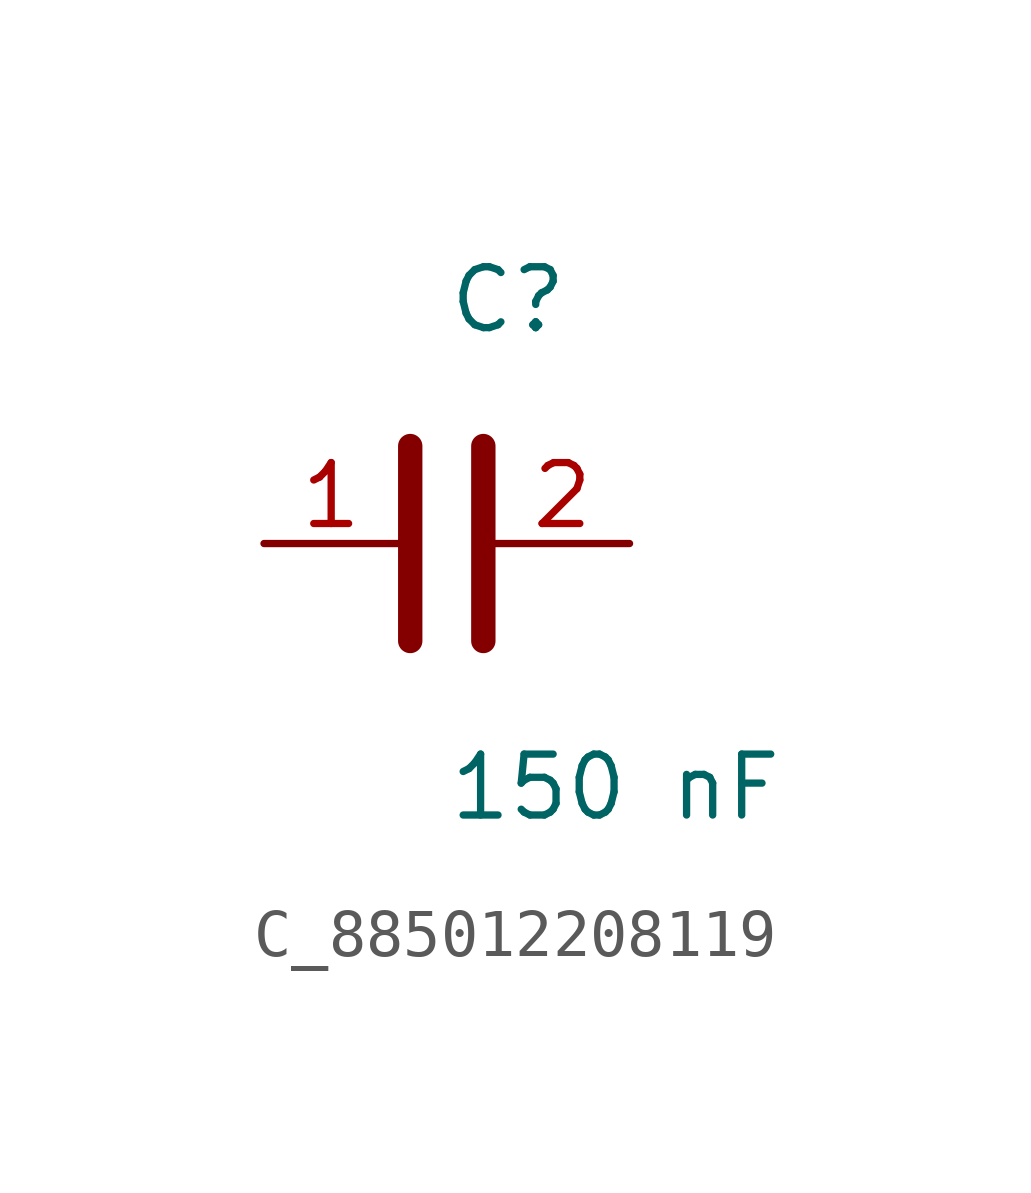
<source format=kicad_sym>
(kicad_symbol_lib
  (version 20231120)
  (generator kicad_symbol_editor)
  (generator_version 8.0)
  (symbol "C_885012208119"
    (pin_names
      (offset 0.254))
    (property "Reference" "C"
      (at 0.0 5.08 0)
      (effects (font (size 1.27 1.27)) (justify left)))
    (property "Value" "150 nF"
      (at 0.0 -5.08 0)
      (effects (font (size 1.27 1.27)) (justify left)))
    (symbol "C_885012208119_0_1"
      (polyline (pts (xy -0.762 -2.032) (xy -0.762 2.032)) (stroke (width 0.508) (type default)) (fill (type none)))
      (polyline (pts (xy 0.762 -2.032) (xy 0.762 2.032)) (stroke (width 0.508) (type default)) (fill (type none))))
    (pin unspecified line
      (at -3.81 0 0)
      (length 2.8)
      (name "" (effects (font (size 1.27 1.27))))
      (number "1" (effects (font (size 1.27 1.27)))))
    (pin unspecified line
      (at 3.81 0 180)
      (length 2.8)
      (name "" (effects (font (size 1.27 1.27))))
      (number "2" (effects (font (size 1.27 1.27)))))))
</source>
